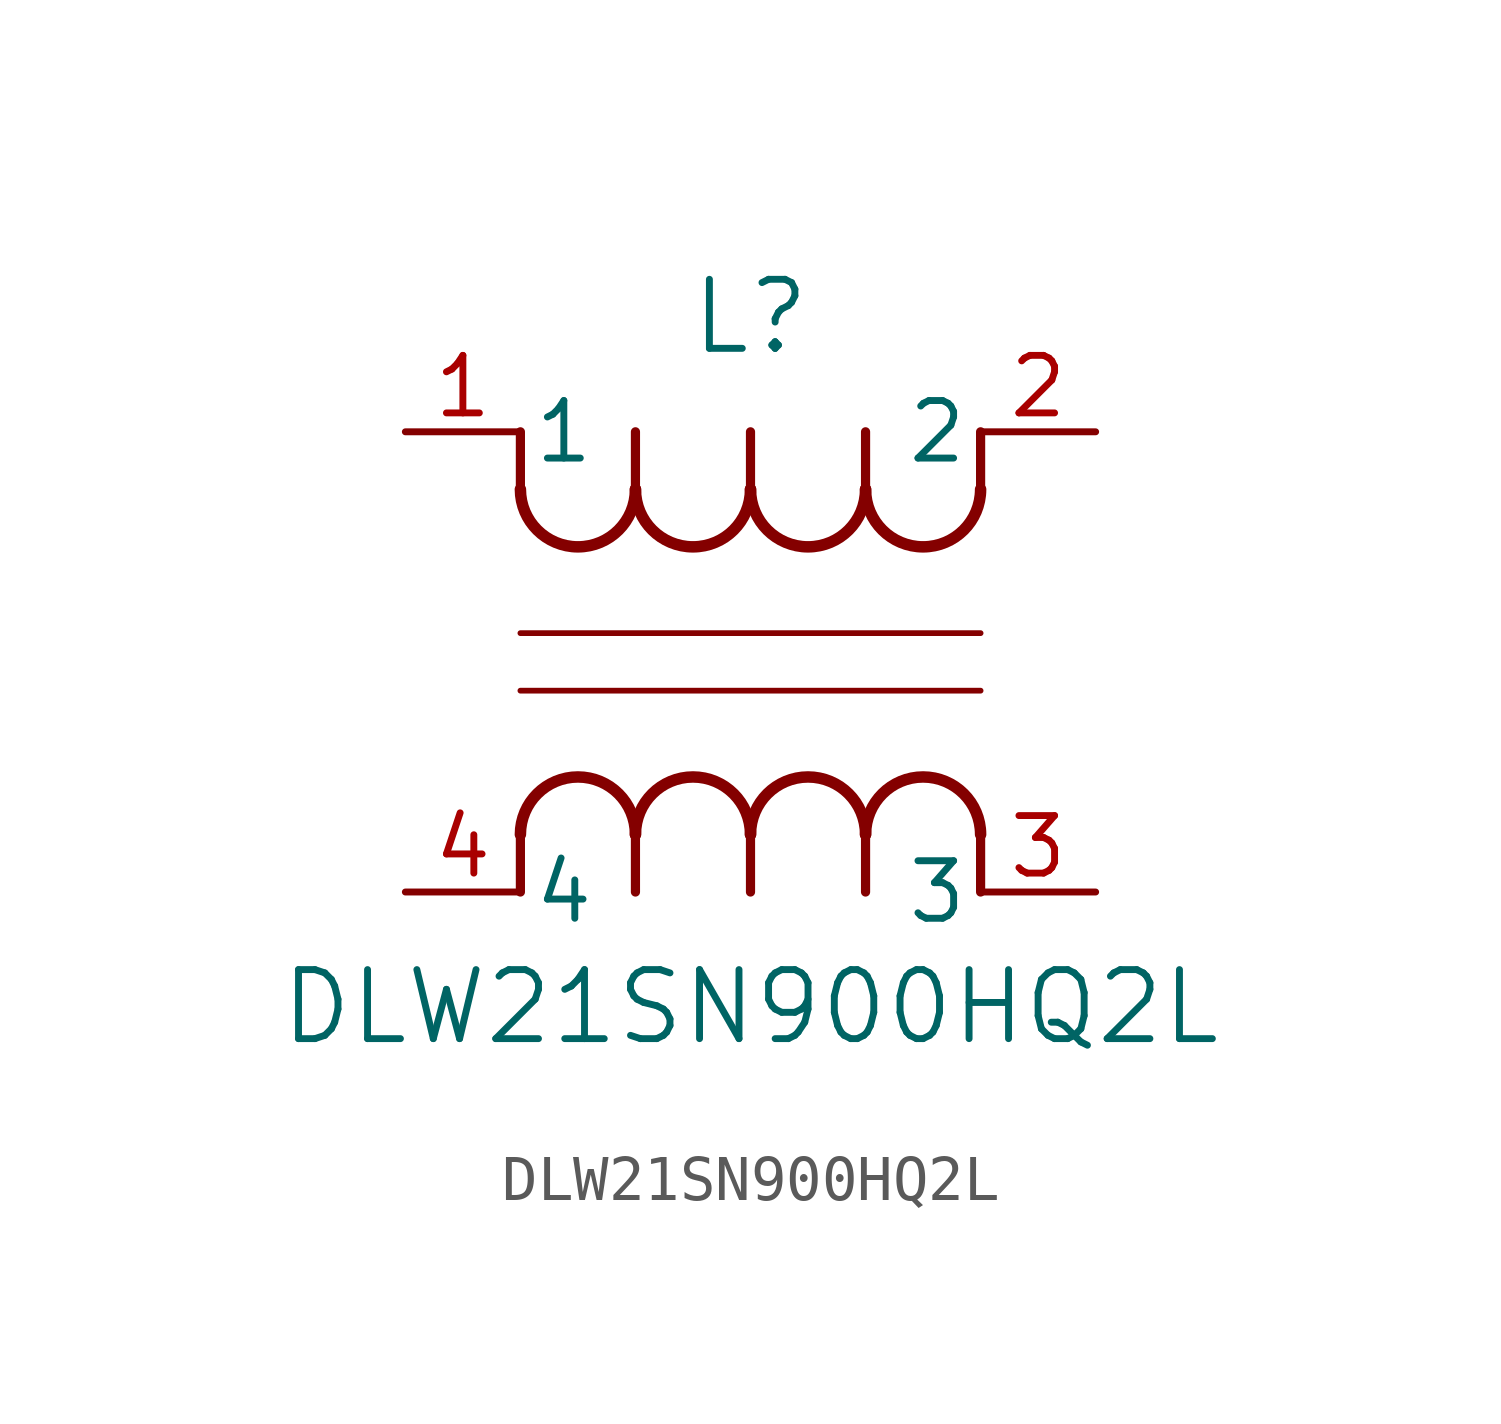
<source format=kicad_sym>
(kicad_symbol_lib
  (version 20211014)
  (generator kicad_symbol_editor)
  (symbol "DLW21SN900HQ2L"
    (pin_names
      (offset 0.254))
    (property "Reference" "L"
      (at 7.62 2.54 0)
      (effects (font (size 1.524 1.524))))
    (property "Value" "DLW21SN900HQ2L"
      (at 7.62 -12.7 0)
      (effects (font (size 1.524 1.524))))
    (symbol "DLW21SN900HQ2L_0_1"
      (arc (start 7.62 -8.89) (mid 6.35 -7.62) (end 5.08 -8.89) (stroke (width 0.254) (type default) (color 0 0 0 0)) (fill (type none)))
      (polyline (pts (xy 5.08 -10.16) (xy 5.08 -8.89)) (stroke (width 0.203) (type default) (color 0 0 0 0)) (fill (type none)))
      (polyline (pts (xy 7.62 -10.16) (xy 7.62 -8.89)) (stroke (width 0.203) (type default) (color 0 0 0 0)) (fill (type none)))
      (polyline (pts (xy 12.7 -10.16) (xy 12.7 -8.89)) (stroke (width 0.203) (type default) (color 0 0 0 0)) (fill (type none)))
      (arc (start 5.08 -8.89) (mid 3.81 -7.62) (end 2.54 -8.89) (stroke (width 0.254) (type default) (color 0 0 0 0)) (fill (type none)))
      (arc (start 10.16 -8.89) (mid 8.89 -7.62) (end 7.62 -8.89) (stroke (width 0.254) (type default) (color 0 0 0 0)) (fill (type none)))
      (arc (start 12.7 -8.89) (mid 11.43 -7.62) (end 10.16 -8.89) (stroke (width 0.254) (type default) (color 0 0 0 0)) (fill (type none)))
      (polyline (pts (xy 2.54 -10.16) (xy 2.54 -8.89)) (stroke (width 0.203) (type default) (color 0 0 0 0)) (fill (type none)))
      (polyline (pts (xy 10.16 -10.16) (xy 10.16 -8.89)) (stroke (width 0.203) (type default) (color 0 0 0 0)) (fill (type none)))
      (arc (start 5.08 -1.27) (mid 6.35 -2.54) (end 7.62 -1.27) (stroke (width 0.254) (type default) (color 0 0 0 0)) (fill (type none)))
      (polyline (pts (xy 5.08 0) (xy 5.08 -1.27)) (stroke (width 0.203) (type default) (color 0 0 0 0)) (fill (type none)))
      (polyline (pts (xy 7.62 0) (xy 7.62 -1.27)) (stroke (width 0.203) (type default) (color 0 0 0 0)) (fill (type none)))
      (polyline (pts (xy 12.7 0) (xy 12.7 -1.27)) (stroke (width 0.203) (type default) (color 0 0 0 0)) (fill (type none)))
      (arc (start 2.54 -1.27) (mid 3.81 -2.54) (end 5.08 -1.27) (stroke (width 0.254) (type default) (color 0 0 0 0)) (fill (type none)))
      (arc (start 7.62 -1.27) (mid 8.89 -2.54) (end 10.16 -1.27) (stroke (width 0.254) (type default) (color 0 0 0 0)) (fill (type none)))
      (arc (start 10.16 -1.27) (mid 11.43 -2.54) (end 12.7 -1.27) (stroke (width 0.254) (type default) (color 0 0 0 0)) (fill (type none)))
      (polyline (pts (xy 2.54 0) (xy 2.54 -1.27)) (stroke (width 0.203) (type default) (color 0 0 0 0)) (fill (type none)))
      (polyline (pts (xy 10.16 0) (xy 10.16 -1.27)) (stroke (width 0.203) (type default) (color 0 0 0 0)) (fill (type none)))
      (polyline (pts (xy 12.7 -4.445) (xy 2.54 -4.445)) (stroke (width 0.127) (type default) (color 0 0 0 0)) (fill (type none)))
      (polyline (pts (xy 2.54 -5.715) (xy 12.7 -5.715)) (stroke (width 0.127) (type default) (color 0 0 0 0)) (fill (type none)))
      (pin unspecified line (at 15.24 0 180) (length 2.54) (name "2" (effects (font (size 1.27 1.27)))) (number "2" (effects (font (size 1.27 1.27)))))
      (pin unspecified line (at 0 0 0) (length 2.54) (name "1" (effects (font (size 1.27 1.27)))) (number "1" (effects (font (size 1.27 1.27)))))
      (pin unspecified line (at 15.24 -10.16 180) (length 2.54) (name "3" (effects (font (size 1.27 1.27)))) (number "3" (effects (font (size 1.27 1.27)))))
      (pin unspecified line (at 0 -10.16 0) (length 2.54) (name "4" (effects (font (size 1.27 1.27)))) (number "4" (effects (font (size 1.27 1.27))))))))
</source>
